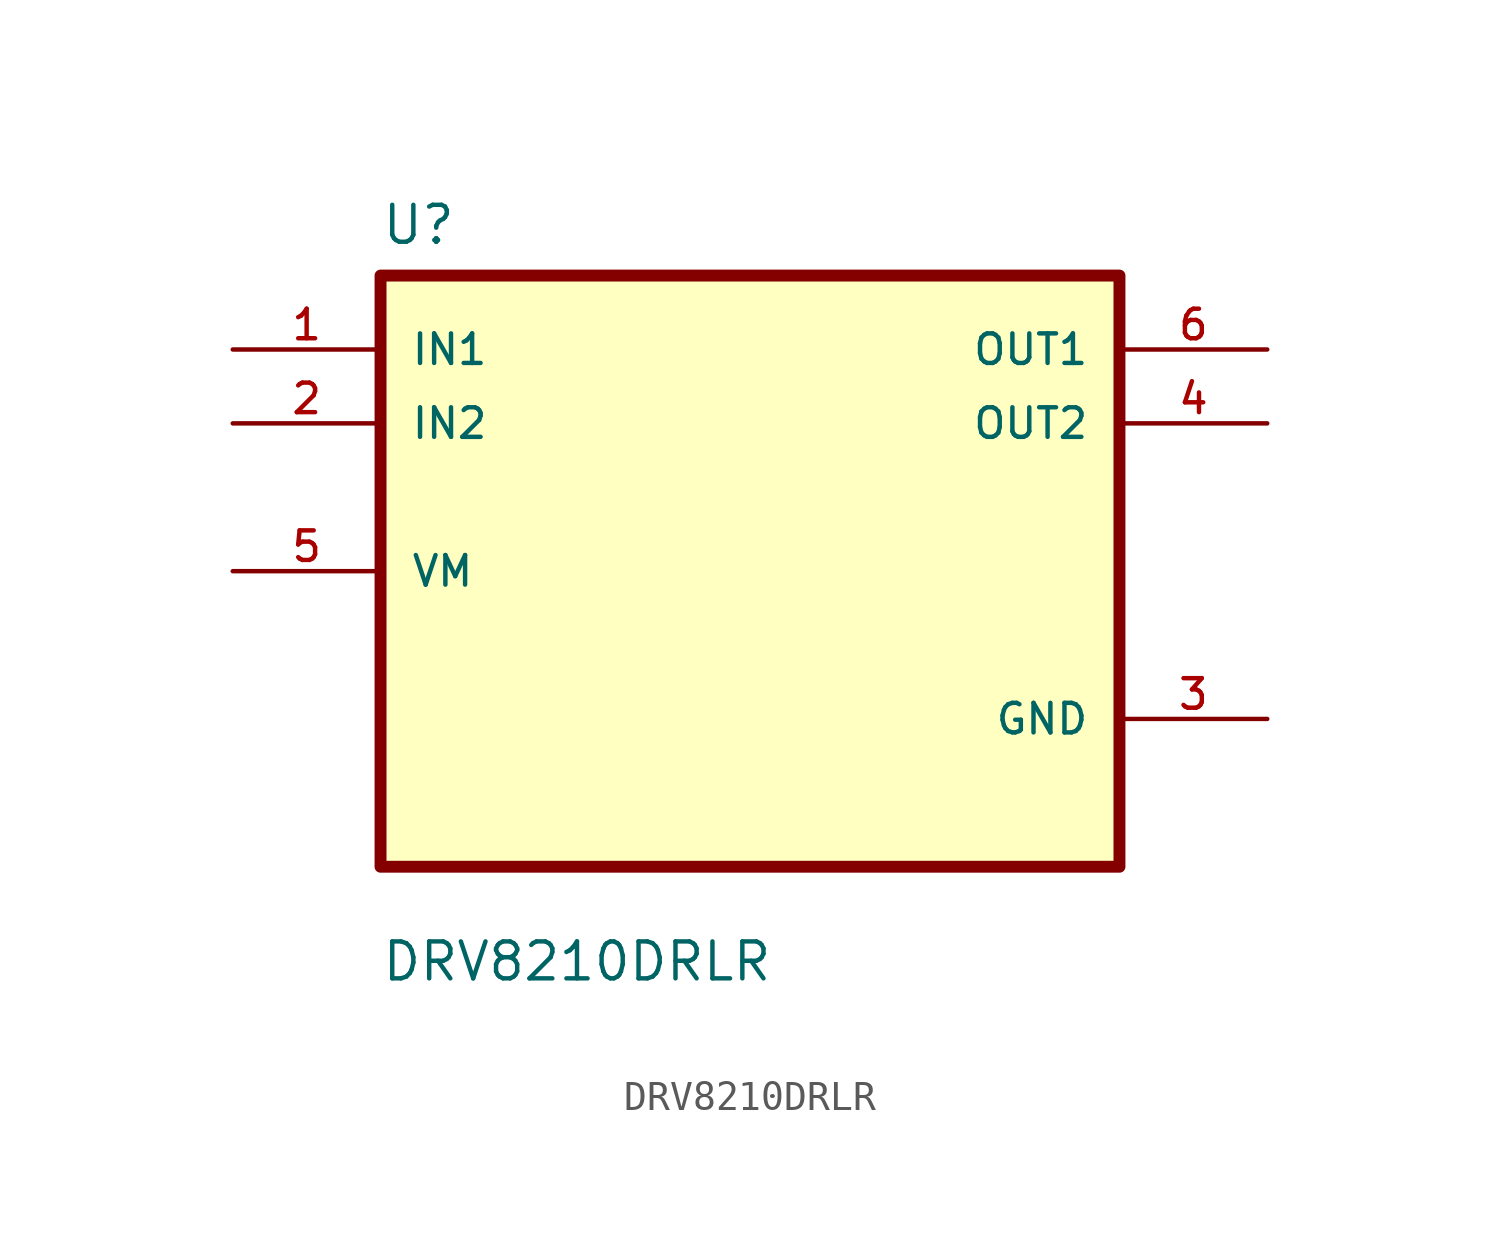
<source format=kicad_sym>
(kicad_symbol_lib
  (version 20211014)
  (generator kicad_symbol_editor)
  (symbol "DRV8210DRLR"
    (pin_names
      (offset 1.016))
    (property "Reference" "U"
      (at -12.7 11.16 0.0)
      (effects (font (size 1.27 1.27)) (justify bottom left)))
    (property "Value" "DRV8210DRLR"
      (at -12.7 -14.16 0.0)
      (effects (font (size 1.27 1.27)) (justify bottom left)))
    (symbol "DRV8210DRLR_0_0"
      (rectangle (start -12.7 -10.16) (end 12.7 10.16) (stroke (width 0.41)) (fill (type background)))
      (pin input line (at -17.78 7.62 0) (length 5.08) (name "IN1" (effects (font (size 1.016 1.016)))) (number "1" (effects (font (size 1.016 1.016)))))
      (pin input line (at -17.78 5.08 0) (length 5.08) (name "IN2" (effects (font (size 1.016 1.016)))) (number "2" (effects (font (size 1.016 1.016)))))
      (pin bidirectional line (at -17.78 0.0 0) (length 5.08) (name "VM" (effects (font (size 1.016 1.016)))) (number "5" (effects (font (size 1.016 1.016)))))
      (pin output line (at 17.78 7.62 180.0) (length 5.08) (name "OUT1" (effects (font (size 1.016 1.016)))) (number "6" (effects (font (size 1.016 1.016)))))
      (pin output line (at 17.78 5.08 180.0) (length 5.08) (name "OUT2" (effects (font (size 1.016 1.016)))) (number "4" (effects (font (size 1.016 1.016)))))
      (pin power_in line (at 17.78 -5.08 180.0) (length 5.08) (name "GND" (effects (font (size 1.016 1.016)))) (number "3" (effects (font (size 1.016 1.016))))))))
</source>
